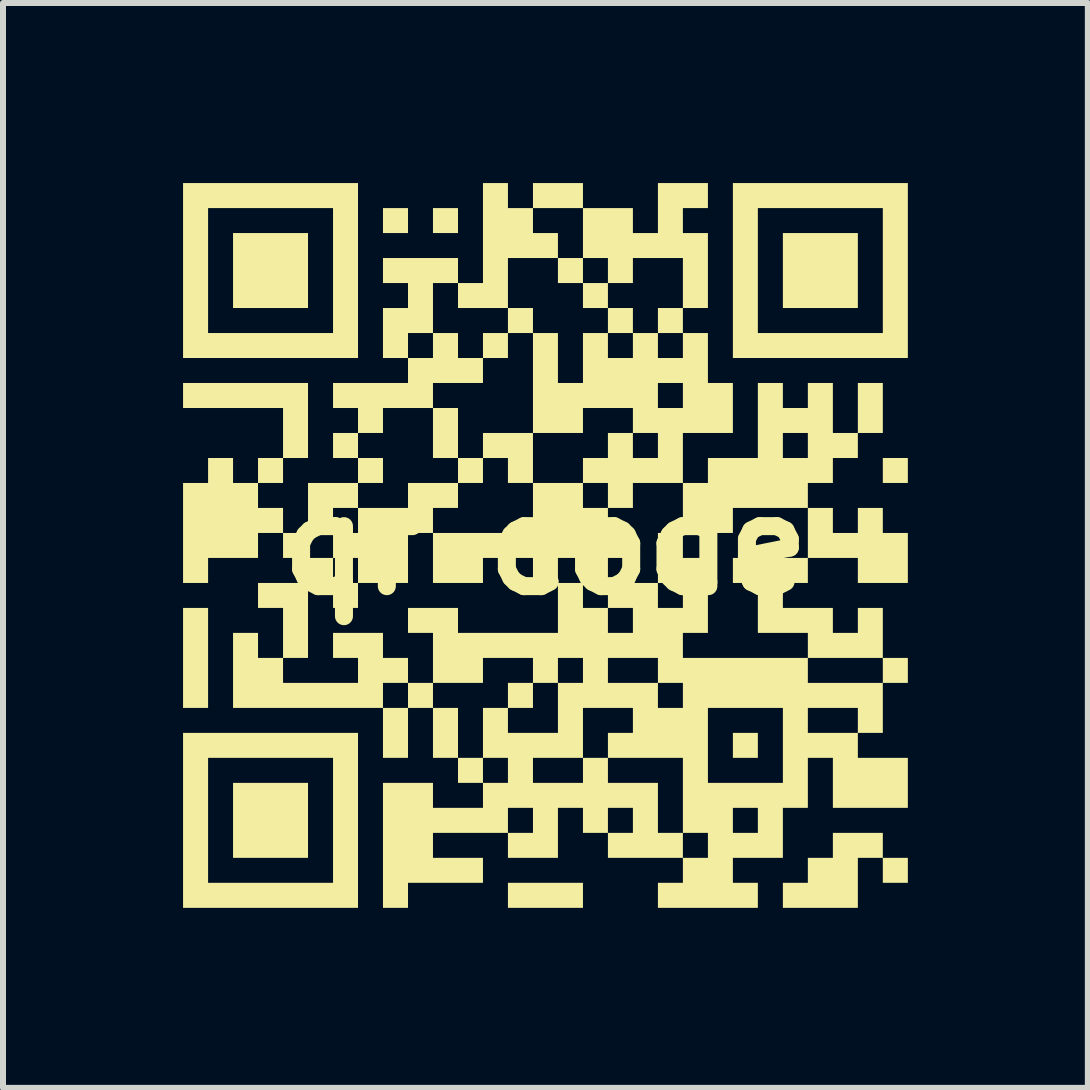
<source format=kicad_pcb>
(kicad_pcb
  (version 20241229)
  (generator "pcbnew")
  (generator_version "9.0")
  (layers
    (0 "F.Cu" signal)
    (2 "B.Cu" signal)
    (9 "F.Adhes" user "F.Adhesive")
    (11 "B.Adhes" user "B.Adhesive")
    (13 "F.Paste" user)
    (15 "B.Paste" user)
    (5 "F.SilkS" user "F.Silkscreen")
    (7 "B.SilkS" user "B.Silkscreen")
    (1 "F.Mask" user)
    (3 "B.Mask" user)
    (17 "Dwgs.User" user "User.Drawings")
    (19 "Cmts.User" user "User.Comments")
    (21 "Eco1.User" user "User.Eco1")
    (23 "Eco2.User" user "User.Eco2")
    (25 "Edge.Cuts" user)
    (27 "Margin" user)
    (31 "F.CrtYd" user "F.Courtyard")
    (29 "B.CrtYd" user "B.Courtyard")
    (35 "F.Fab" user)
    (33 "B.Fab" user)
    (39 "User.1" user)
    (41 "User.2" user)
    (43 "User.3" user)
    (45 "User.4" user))
  (footprint "qr code"
    (layer "F.Cu")
    (at 6.038 6.038)
    (property "Reference" "qr code" (at 0 0 0) (layer "F.SilkS") (effects (font (size 1.5 1.5) (thickness 0.3))))
    (attr board_only exclude_from_pos_files exclude_from_bom)
    (fp_poly (pts (xy -5.621 1.874) (xy -5.621 2.707) (xy -5.83 2.707) (xy -6.038 2.707) (xy -6.038 1.874) (xy -6.038 1.041) (xy -5.83 1.041) (xy -5.621 1.041)) (stroke (width 0) (type solid)) (fill yes) (layer "F.SilkS"))
    (fp_poly (pts (xy -3.956 -4.58) (xy -3.956 -3.956) (xy -4.58 -3.956) (xy -5.205 -3.956) (xy -5.205 -4.58) (xy -5.205 -5.205) (xy -4.58 -5.205) (xy -3.956 -5.205)) (stroke (width 0) (type solid)) (fill yes) (layer "F.SilkS"))
    (fp_poly (pts (xy -3.956 4.58) (xy -3.956 5.205) (xy -4.58 5.205) (xy -5.205 5.205) (xy -5.205 4.58) (xy -5.205 3.956) (xy -4.58 3.956) (xy -3.956 3.956)) (stroke (width 0) (type solid)) (fill yes) (layer "F.SilkS"))
    (fp_poly (pts (xy -2.29 -5.413) (xy -2.29 -5.205) (xy -2.498 -5.205) (xy -2.707 -5.205) (xy -2.707 -5.413) (xy -2.707 -5.621) (xy -2.498 -5.621) (xy -2.29 -5.621)) (stroke (width 0) (type solid)) (fill yes) (layer "F.SilkS"))
    (fp_poly (pts (xy -1.457 -5.413) (xy -1.457 -5.205) (xy -1.666 -5.205) (xy -1.874 -5.205) (xy -1.874 -5.413) (xy -1.874 -5.621) (xy -1.666 -5.621) (xy -1.457 -5.621)) (stroke (width 0) (type solid)) (fill yes) (layer "F.SilkS"))
    (fp_poly (pts (xy -0.208 2.498) (xy -0.208 2.707) (xy -0.416 2.707) (xy -0.625 2.707) (xy -0.625 2.498) (xy -0.625 2.29) (xy -0.416 2.29) (xy -0.208 2.29)) (stroke (width 0) (type solid)) (fill yes) (layer "F.SilkS"))
    (fp_poly (pts (xy 0.625 -4.58) (xy 0.625 -4.372) (xy 0.416 -4.372) (xy 0.208 -4.372) (xy 0.208 -4.58) (xy 0.208 -4.789) (xy 0.416 -4.789) (xy 0.625 -4.789)) (stroke (width 0) (type solid)) (fill yes) (layer "F.SilkS"))
    (fp_poly (pts (xy 0.625 5.83) (xy 0.625 6.038) (xy 0 6.038) (xy -0.625 6.038) (xy -0.625 5.83) (xy -0.625 5.621) (xy 0 5.621) (xy 0.625 5.621)) (stroke (width 0) (type solid)) (fill yes) (layer "F.SilkS"))
    (fp_poly (pts (xy 1.041 -4.164) (xy 1.041 -3.956) (xy 0.833 -3.956) (xy 0.625 -3.956) (xy 0.625 -4.164) (xy 0.625 -4.372) (xy 0.833 -4.372) (xy 1.041 -4.372)) (stroke (width 0) (type solid)) (fill yes) (layer "F.SilkS"))
    (fp_poly (pts (xy 1.457 -3.748) (xy 1.457 -3.539) (xy 1.249 -3.539) (xy 1.041 -3.539) (xy 1.041 -3.748) (xy 1.041 -3.956) (xy 1.249 -3.956) (xy 1.457 -3.956)) (stroke (width 0) (type solid)) (fill yes) (layer "F.SilkS"))
    (fp_poly (pts (xy 3.539 3.331) (xy 3.539 3.539) (xy 3.331 3.539) (xy 3.123 3.539) (xy 3.123 3.331) (xy 3.123 3.123) (xy 3.331 3.123) (xy 3.539 3.123)) (stroke (width 0) (type solid)) (fill yes) (layer "F.SilkS"))
    (fp_poly (pts (xy 5.205 -4.58) (xy 5.205 -3.956) (xy 4.58 -3.956) (xy 3.956 -3.956) (xy 3.956 -4.58) (xy 3.956 -5.205) (xy 4.58 -5.205) (xy 5.205 -5.205)) (stroke (width 0) (type solid)) (fill yes) (layer "F.SilkS"))
    (fp_poly (pts (xy 6.038 -1.249) (xy 6.038 -1.041) (xy 5.83 -1.041) (xy 5.621 -1.041) (xy 5.621 -1.249) (xy 5.621 -1.457) (xy 5.83 -1.457) (xy 6.038 -1.457)) (stroke (width 0) (type solid)) (fill yes) (layer "F.SilkS"))
    (fp_poly (pts (xy 6.038 5.413) (xy 6.038 5.621) (xy 5.83 5.621) (xy 5.621 5.621) (xy 5.621 5.413) (xy 5.621 5.205) (xy 5.83 5.205) (xy 6.038 5.205)) (stroke (width 0) (type solid)) (fill yes) (layer "F.SilkS"))
    (fp_poly (pts (xy -0.208 -3.748) (xy -0.208 -3.539) (xy -0.416 -3.539) (xy -0.625 -3.539) (xy -0.625 -3.331) (xy -0.625 -3.123) (xy -0.833 -3.123) (xy -1.041 -3.123) (xy -1.041 -3.331) (xy -1.041 -3.539) (xy -0.833 -3.539) (xy -0.625 -3.539) (xy -0.625 -3.748) (xy -0.625 -3.956) (xy -0.416 -3.956) (xy -0.208 -3.956)) (stroke (width 0) (type solid)) (fill yes) (layer "F.SilkS"))
    (fp_poly (pts (xy -3.123 -4.58) (xy -3.123 -3.123) (xy -4.58 -3.123) (xy -6.038 -3.123) (xy -6.038 -4.58) (xy -5.621 -4.58) (xy -5.621 -3.539) (xy -4.58 -3.539) (xy -3.539 -3.539) (xy -3.539 -4.58) (xy -3.539 -5.621) (xy -4.58 -5.621) (xy -5.621 -5.621) (xy -5.621 -4.58) (xy -6.038 -4.58) (xy -6.038 -6.038) (xy -4.58 -6.038) (xy -3.123 -6.038)) (stroke (width 0) (type solid)) (fill yes) (layer "F.SilkS"))
    (fp_poly (pts (xy -3.123 4.58) (xy -3.123 6.038) (xy -4.58 6.038) (xy -6.038 6.038) (xy -6.038 4.58) (xy -5.621 4.58) (xy -5.621 5.621) (xy -4.58 5.621) (xy -3.539 5.621) (xy -3.539 4.58) (xy -3.539 3.539) (xy -4.58 3.539) (xy -5.621 3.539) (xy -5.621 4.58) (xy -6.038 4.58) (xy -6.038 3.123) (xy -4.58 3.123) (xy -3.123 3.123)) (stroke (width 0) (type solid)) (fill yes) (layer "F.SilkS"))
    (fp_poly (pts (xy 6.038 -4.58) (xy 6.038 -3.123) (xy 4.58 -3.123) (xy 3.123 -3.123) (xy 3.123 -4.58) (xy 3.539 -4.58) (xy 3.539 -3.539) (xy 4.58 -3.539) (xy 5.621 -3.539) (xy 5.621 -4.58) (xy 5.621 -5.621) (xy 4.58 -5.621) (xy 3.539 -5.621) (xy 3.539 -4.58) (xy 3.123 -4.58) (xy 3.123 -6.038) (xy 4.58 -6.038) (xy 6.038 -6.038)) (stroke (width 0) (type solid)) (fill yes) (layer "F.SilkS"))
    (fp_poly (pts (xy 5.621 4.997) (xy 5.621 5.205) (xy 5.413 5.205) (xy 5.205 5.205) (xy 5.205 5.621) (xy 5.205 6.038) (xy 4.58 6.038) (xy 3.956 6.038) (xy 3.956 5.83) (xy 3.956 5.621) (xy 4.164 5.621) (xy 4.372 5.621) (xy 4.372 5.413) (xy 4.372 5.205) (xy 4.58 5.205) (xy 4.789 5.205) (xy 4.789 4.997) (xy 4.789 4.789) (xy 5.205 4.789) (xy 5.621 4.789)) (stroke (width 0) (type solid)) (fill yes) (layer "F.SilkS"))
    (fp_poly (pts (xy -3.539 0.416) (xy -3.539 0.625) (xy -3.748 0.625) (xy -3.956 0.625) (xy -3.956 1.249) (xy -3.956 1.874) (xy -4.164 1.874) (xy -4.372 1.874) (xy -4.372 2.082) (xy -4.372 2.29) (xy -3.748 2.29) (xy -3.123 2.29) (xy -3.123 2.082) (xy -3.123 1.874) (xy -3.331 1.874) (xy -3.539 1.874) (xy -3.539 1.666) (xy -3.539 1.457) (xy -3.123 1.457) (xy -2.707 1.457) (xy -2.707 1.666) (xy -2.707 1.874) (xy -2.498 1.874) (xy -2.29 1.874) (xy -2.29 2.082) (xy -2.29 2.29) (xy -2.498 2.29) (xy -2.707 2.29) (xy -2.707 2.498) (xy -2.707 2.707) (xy -2.498 2.707) (xy -2.29 2.707) (xy -2.29 2.498) (xy -2.29 2.29) (xy -2.082 2.29) (xy -1.874 2.29) (xy -1.874 2.498) (xy -1.874 2.707) (xy -2.082 2.707) (xy -2.29 2.707) (xy -2.29 3.123) (xy -2.29 3.539) (xy -2.498 3.539) (xy -2.707 3.539) (xy -2.707 3.123) (xy -2.707 2.707) (xy -3.956 2.707) (xy -5.205 2.707) (xy -5.205 2.082) (xy -5.205 1.457) (xy -4.997 1.457) (xy -4.789 1.457) (xy -4.789 1.666) (xy -4.789 1.874) (xy -4.58 1.874) (xy -4.372 1.874) (xy -4.372 1.457) (xy -4.372 1.041) (xy -4.58 1.041) (xy -4.789 1.041) (xy -4.789 0.833) (xy -4.789 0.625) (xy -4.372 0.625) (xy -3.956 0.625) (xy -3.956 0.416) (xy -3.956 0.208) (xy -3.748 0.208) (xy -3.539 0.208)) (stroke (width 0) (type solid)) (fill yes) (layer "F.SilkS"))
    (fp_poly (pts (xy -3.956 -2.082) (xy -3.956 -1.457) (xy -4.164 -1.457) (xy -4.372 -1.457) (xy -4.372 -1.249) (xy -4.372 -1.041) (xy -4.58 -1.041) (xy -4.789 -1.041) (xy -4.789 -0.833) (xy -4.789 -0.625) (xy -4.58 -0.625) (xy -4.372 -0.625) (xy -4.372 -0.416) (xy -4.372 -0.208) (xy -4.164 -0.208) (xy -3.956 -0.208) (xy -3.956 -0.625) (xy -3.956 -1.041) (xy -3.539 -1.041) (xy -3.123 -1.041) (xy -3.123 -1.249) (xy -3.123 -1.457) (xy -2.915 -1.457) (xy -2.707 -1.457) (xy -2.707 -1.249) (xy -2.707 -1.041) (xy -2.915 -1.041) (xy -3.123 -1.041) (xy -3.123 -0.833) (xy -3.123 -0.625) (xy -3.331 -0.625) (xy -3.539 -0.625) (xy -3.539 -0.416) (xy -3.539 -0.208) (xy -3.748 -0.208) (xy -3.956 -0.208) (xy -3.956 0) (xy -3.956 0.208) (xy -4.164 0.208) (xy -4.372 0.208) (xy -4.372 0) (xy -4.372 -0.208) (xy -4.58 -0.208) (xy -4.789 -0.208) (xy -4.789 0) (xy -4.789 0.208) (xy -5.205 0.208) (xy -5.621 0.208) (xy -5.621 0.416) (xy -5.621 0.625) (xy -5.83 0.625) (xy -6.038 0.625) (xy -6.038 -0.208) (xy -6.038 -1.041) (xy -5.83 -1.041) (xy -5.621 -1.041) (xy -5.621 -1.249) (xy -5.621 -1.457) (xy -5.413 -1.457) (xy -5.205 -1.457) (xy -5.205 -1.249) (xy -5.205 -1.041) (xy -4.997 -1.041) (xy -4.789 -1.041) (xy -4.789 -1.249) (xy -4.789 -1.457) (xy -4.58 -1.457) (xy -4.372 -1.457) (xy -4.372 -1.874) (xy -4.372 -2.29) (xy -5.205 -2.29) (xy -6.038 -2.29) (xy -6.038 -2.498) (xy -6.038 -2.707) (xy -4.997 -2.707) (xy -3.956 -2.707)) (stroke (width 0) (type solid)) (fill yes) (layer "F.SilkS"))
    (fp_poly (pts (xy -0.625 -5.83) (xy -0.625 -5.621) (xy -0.416 -5.621) (xy -0.208 -5.621) (xy -0.208 -5.83) (xy -0.208 -6.038) (xy 0.208 -6.038) (xy 0.625 -6.038) (xy 0.625 -5.83) (xy 0.625 -5.621) (xy 0.208 -5.621) (xy -0.208 -5.621) (xy -0.208 -5.413) (xy -0.208 -5.205) (xy 0 -5.205) (xy 0.208 -5.205) (xy 0.208 -4.997) (xy 0.208 -4.789) (xy -0.208 -4.789) (xy -0.625 -4.789) (xy -0.625 -4.372) (xy -0.625 -3.956) (xy -1.041 -3.956) (xy -1.457 -3.956) (xy -1.457 -4.164) (xy -1.457 -4.372) (xy -1.666 -4.372) (xy -1.874 -4.372) (xy -1.874 -3.956) (xy -1.874 -3.539) (xy -2.082 -3.539) (xy -2.29 -3.539) (xy -2.29 -3.331) (xy -2.29 -3.123) (xy -2.082 -3.123) (xy -1.874 -3.123) (xy -1.874 -3.331) (xy -1.874 -3.539) (xy -1.666 -3.539) (xy -1.457 -3.539) (xy -1.457 -3.331) (xy -1.457 -3.123) (xy -1.249 -3.123) (xy -1.041 -3.123) (xy -1.041 -2.915) (xy -1.041 -2.707) (xy -1.457 -2.707) (xy -1.874 -2.707) (xy -1.874 -2.498) (xy -1.874 -2.29) (xy -2.29 -2.29) (xy -2.707 -2.29) (xy -2.707 -2.082) (xy -2.707 -1.874) (xy -2.915 -1.874) (xy -3.123 -1.874) (xy -3.123 -1.666) (xy -3.123 -1.457) (xy -3.331 -1.457) (xy -3.539 -1.457) (xy -3.539 -1.666) (xy -3.539 -1.874) (xy -3.331 -1.874) (xy -3.123 -1.874) (xy -3.123 -2.082) (xy -3.123 -2.29) (xy -3.331 -2.29) (xy -3.539 -2.29) (xy -3.539 -2.498) (xy -3.539 -2.707) (xy -2.915 -2.707) (xy -2.29 -2.707) (xy -2.29 -2.915) (xy -2.29 -3.123) (xy -2.498 -3.123) (xy -2.707 -3.123) (xy -2.707 -3.539) (xy -2.707 -3.956) (xy -2.498 -3.956) (xy -2.29 -3.956) (xy -2.29 -4.164) (xy -2.29 -4.372) (xy -2.498 -4.372) (xy -2.707 -4.372) (xy -2.707 -4.58) (xy -2.707 -4.789) (xy -2.082 -4.789) (xy -1.457 -4.789) (xy -1.457 -4.58) (xy -1.457 -4.372) (xy -1.249 -4.372) (xy -1.041 -4.372) (xy -1.041 -5.205) (xy -1.041 -6.038) (xy -0.833 -6.038) (xy -0.625 -6.038)) (stroke (width 0) (type solid)) (fill yes) (layer "F.SilkS"))
    (fp_poly (pts (xy -1.457 -1.874) (xy -1.457 -1.457) (xy -1.249 -1.457) (xy -1.041 -1.457) (xy -1.041 -1.666) (xy -1.041 -1.874) (xy -0.625 -1.874) (xy -0.208 -1.874) (xy -0.208 -1.457) (xy -0.208 -1.041) (xy -0.416 -1.041) (xy -0.625 -1.041) (xy -0.625 -1.249) (xy -0.625 -1.457) (xy -0.833 -1.457) (xy -1.041 -1.457) (xy -1.041 -1.249) (xy -1.041 -1.041) (xy -1.249 -1.041) (xy -1.457 -1.041) (xy -1.457 -0.833) (xy -1.457 -0.625) (xy -1.666 -0.625) (xy -1.874 -0.625) (xy -1.874 -0.416) (xy -1.874 -0.208) (xy -1.041 -0.208) (xy -0.208 -0.208) (xy -0.208 -0.625) (xy -0.208 -1.041) (xy 0.208 -1.041) (xy 0.625 -1.041) (xy 0.625 -0.833) (xy 0.625 -0.625) (xy 0.833 -0.625) (xy 1.041 -0.625) (xy 1.041 -0.416) (xy 1.041 -0.208) (xy 1.249 -0.208) (xy 1.457 -0.208) (xy 1.457 0) (xy 1.457 0.208) (xy 1.249 0.208) (xy 1.041 0.208) (xy 1.041 0.416) (xy 1.041 0.625) (xy 0.833 0.625) (xy 0.625 0.625) (xy 0.625 0.416) (xy 0.625 0.208) (xy 0.416 0.208) (xy 0.208 0.208) (xy 0.208 0.416) (xy 0.208 0.625) (xy 0 0.625) (xy -0.208 0.625) (xy -0.208 0.416) (xy -0.208 0.208) (xy -0.625 0.208) (xy -1.041 0.208) (xy -1.041 0.416) (xy -1.041 0.625) (xy -1.457 0.625) (xy -1.874 0.625) (xy -1.874 0.208) (xy -1.874 -0.208) (xy -2.082 -0.208) (xy -2.29 -0.208) (xy -2.29 0.208) (xy -2.29 0.625) (xy -2.707 0.625) (xy -3.123 0.625) (xy -3.123 0.833) (xy -3.123 1.041) (xy -3.331 1.041) (xy -3.539 1.041) (xy -3.539 0.833) (xy -3.539 0.625) (xy -3.331 0.625) (xy -3.123 0.625) (xy -3.123 0.416) (xy -3.123 0.208) (xy -3.331 0.208) (xy -3.539 0.208) (xy -3.539 0) (xy -3.539 -0.208) (xy -3.331 -0.208) (xy -3.123 -0.208) (xy -3.123 -0.416) (xy -3.123 -0.625) (xy -2.707 -0.625) (xy -2.29 -0.625) (xy -2.29 -0.833) (xy -2.29 -1.041) (xy -1.874 -1.041) (xy -1.457 -1.041) (xy -1.457 -1.249) (xy -1.457 -1.457) (xy -1.666 -1.457) (xy -1.874 -1.457) (xy -1.874 -1.874) (xy -1.874 -2.29) (xy -1.666 -2.29) (xy -1.457 -2.29)) (stroke (width 0) (type solid)) (fill yes) (layer "F.SilkS"))
    (fp_poly (pts (xy 2.707 -5.83) (xy 2.707 -5.621) (xy 2.498 -5.621) (xy 2.29 -5.621) (xy 2.29 -5.413) (xy 2.29 -5.205) (xy 2.498 -5.205) (xy 2.707 -5.205) (xy 2.707 -4.58) (xy 2.707 -3.956) (xy 2.498 -3.956) (xy 2.29 -3.956) (xy 2.29 -3.748) (xy 2.29 -3.539) (xy 2.082 -3.539) (xy 1.874 -3.539) (xy 1.874 -3.331) (xy 1.874 -3.123) (xy 2.082 -3.123) (xy 2.29 -3.123) (xy 2.29 -3.331) (xy 2.29 -3.539) (xy 2.498 -3.539) (xy 2.707 -3.539) (xy 2.707 -3.123) (xy 2.707 -2.707) (xy 2.915 -2.707) (xy 3.123 -2.707) (xy 3.123 -2.29) (xy 3.123 -1.874) (xy 2.707 -1.874) (xy 2.29 -1.874) (xy 2.29 -1.457) (xy 2.29 -1.041) (xy 2.498 -1.041) (xy 2.707 -1.041) (xy 2.707 -1.249) (xy 2.707 -1.457) (xy 3.123 -1.457) (xy 3.539 -1.457) (xy 3.539 -1.666) (xy 3.956 -1.666) (xy 3.956 -1.457) (xy 4.164 -1.457) (xy 4.372 -1.457) (xy 4.372 -1.666) (xy 4.372 -1.874) (xy 4.164 -1.874) (xy 3.956 -1.874) (xy 3.956 -1.666) (xy 3.539 -1.666) (xy 3.539 -2.082) (xy 3.539 -2.707) (xy 3.748 -2.707) (xy 3.956 -2.707) (xy 3.956 -2.498) (xy 3.956 -2.29) (xy 4.164 -2.29) (xy 4.372 -2.29) (xy 4.372 -2.498) (xy 4.372 -2.707) (xy 4.58 -2.707) (xy 4.789 -2.707) (xy 4.789 -2.29) (xy 4.789 -1.874) (xy 4.997 -1.874) (xy 5.205 -1.874) (xy 5.205 -2.29) (xy 5.205 -2.707) (xy 5.413 -2.707) (xy 5.621 -2.707) (xy 5.621 -2.29) (xy 5.621 -1.874) (xy 5.413 -1.874) (xy 5.205 -1.874) (xy 5.205 -1.666) (xy 5.205 -1.457) (xy 4.997 -1.457) (xy 4.789 -1.457) (xy 4.789 -1.249) (xy 4.789 -1.041) (xy 4.58 -1.041) (xy 4.372 -1.041) (xy 4.372 -0.833) (xy 4.372 -0.625) (xy 3.748 -0.625) (xy 3.123 -0.625) (xy 3.123 -0.416) (xy 3.123 -0.208) (xy 2.707 -0.208) (xy 2.29 -0.208) (xy 2.29 -0.625) (xy 2.29 -1.041) (xy 1.874 -1.041) (xy 1.457 -1.041) (xy 1.457 -0.833) (xy 1.457 -0.625) (xy 1.249 -0.625) (xy 1.041 -0.625) (xy 1.041 -0.833) (xy 1.041 -1.041) (xy 0.833 -1.041) (xy 0.625 -1.041) (xy 0.625 -1.249) (xy 0.625 -1.457) (xy 0.833 -1.457) (xy 1.041 -1.457) (xy 1.041 -1.666) (xy 1.457 -1.666) (xy 1.457 -1.457) (xy 1.666 -1.457) (xy 1.874 -1.457) (xy 1.874 -1.666) (xy 1.874 -1.874) (xy 1.666 -1.874) (xy 1.457 -1.874) (xy 1.457 -1.666) (xy 1.041 -1.666) (xy 1.041 -1.874) (xy 1.249 -1.874) (xy 1.457 -1.874) (xy 1.457 -2.082) (xy 1.457 -2.29) (xy 1.041 -2.29) (xy 0.625 -2.29) (xy 0.625 -2.082) (xy 0.625 -1.874) (xy 0.208 -1.874) (xy -0.208 -1.874) (xy -0.208 -2.498) (xy 1.874 -2.498) (xy 1.874 -2.29) (xy 2.082 -2.29) (xy 2.29 -2.29) (xy 2.29 -2.498) (xy 2.29 -2.707) (xy 2.082 -2.707) (xy 1.874 -2.707) (xy 1.874 -2.498) (xy -0.208 -2.498) (xy -0.208 -2.707) (xy -0.208 -3.539) (xy 0 -3.539) (xy 0.208 -3.539) (xy 0.208 -3.123) (xy 0.208 -2.707) (xy 0.416 -2.707) (xy 0.625 -2.707) (xy 0.625 -3.123) (xy 0.625 -3.539) (xy 0.833 -3.539) (xy 1.041 -3.539) (xy 1.041 -3.331) (xy 1.041 -3.123) (xy 1.249 -3.123) (xy 1.457 -3.123) (xy 1.457 -3.331) (xy 1.457 -3.539) (xy 1.666 -3.539) (xy 1.874 -3.539) (xy 1.874 -3.748) (xy 1.874 -3.956) (xy 2.082 -3.956) (xy 2.29 -3.956) (xy 2.29 -4.372) (xy 2.29 -4.789) (xy 1.874 -4.789) (xy 1.457 -4.789) (xy 1.457 -4.58) (xy 1.457 -4.372) (xy 1.249 -4.372) (xy 1.041 -4.372) (xy 1.041 -4.58) (xy 1.041 -4.789) (xy 0.833 -4.789) (xy 0.625 -4.789) (xy 0.625 -5.205) (xy 0.625 -5.621) (xy 1.041 -5.621) (xy 1.457 -5.621) (xy 1.457 -5.413) (xy 1.457 -5.205) (xy 1.666 -5.205) (xy 1.874 -5.205) (xy 1.874 -5.621) (xy 1.874 -6.038) (xy 2.29 -6.038) (xy 2.707 -6.038)) (stroke (width 0) (type solid)) (fill yes) (layer "F.SilkS"))
    (fp_poly (pts (xy 4.789 -0.416) (xy 4.789 -0.208) (xy 4.997 -0.208) (xy 5.205 -0.208) (xy 5.205 -0.416) (xy 5.205 -0.625) (xy 5.413 -0.625) (xy 5.621 -0.625) (xy 5.621 -0.416) (xy 5.621 -0.208) (xy 5.83 -0.208) (xy 6.038 -0.208) (xy 6.038 0.208) (xy 6.038 0.625) (xy 5.621 0.625) (xy 5.205 0.625) (xy 5.205 0.416) (xy 5.205 0.208) (xy 4.789 0.208) (xy 4.372 0.208) (xy 4.372 0.416) (xy 4.372 0.625) (xy 4.164 0.625) (xy 3.956 0.625) (xy 3.956 0.833) (xy 3.956 1.041) (xy 4.372 1.041) (xy 4.789 1.041) (xy 4.789 1.249) (xy 4.789 1.457) (xy 4.997 1.457) (xy 5.205 1.457) (xy 5.205 1.249) (xy 5.205 1.041) (xy 5.413 1.041) (xy 5.621 1.041) (xy 5.621 1.457) (xy 5.621 1.874) (xy 4.997 1.874) (xy 4.372 1.874) (xy 4.372 2.082) (xy 4.372 2.29) (xy 4.997 2.29) (xy 5.621 2.29) (xy 5.621 2.082) (xy 5.621 1.874) (xy 5.83 1.874) (xy 6.038 1.874) (xy 6.038 2.082) (xy 6.038 2.29) (xy 5.83 2.29) (xy 5.621 2.29) (xy 5.621 2.707) (xy 5.621 3.123) (xy 5.413 3.123) (xy 5.205 3.123) (xy 5.205 3.331) (xy 5.205 3.539) (xy 5.621 3.539) (xy 6.038 3.539) (xy 6.038 3.956) (xy 6.038 4.372) (xy 5.413 4.372) (xy 4.789 4.372) (xy 4.789 3.956) (xy 4.789 3.539) (xy 4.58 3.539) (xy 4.372 3.539) (xy 4.372 3.956) (xy 4.372 4.372) (xy 4.164 4.372) (xy 3.956 4.372) (xy 3.956 4.789) (xy 3.956 5.205) (xy 3.539 5.205) (xy 3.123 5.205) (xy 3.123 5.413) (xy 3.123 5.621) (xy 3.331 5.621) (xy 3.539 5.621) (xy 3.539 5.83) (xy 3.539 6.038) (xy 2.707 6.038) (xy 1.874 6.038) (xy 1.874 5.83) (xy 1.874 5.621) (xy 2.082 5.621) (xy 2.29 5.621) (xy 2.29 5.413) (xy 2.29 5.205) (xy 1.666 5.205) (xy 1.041 5.205) (xy 1.041 4.997) (xy 2.29 4.997) (xy 2.29 5.205) (xy 2.498 5.205) (xy 2.707 5.205) (xy 2.707 4.997) (xy 2.707 4.789) (xy 2.498 4.789) (xy 2.29 4.789) (xy 2.29 4.997) (xy 1.041 4.997) (xy 1.041 4.789) (xy 0.833 4.789) (xy 0.625 4.789) (xy 0.625 4.58) (xy 1.041 4.58) (xy 1.041 4.789) (xy 1.249 4.789) (xy 1.457 4.789) (xy 1.457 4.58) (xy 1.457 4.372) (xy 1.249 4.372) (xy 1.041 4.372) (xy 1.041 4.58) (xy 0.625 4.58) (xy 0.625 4.372) (xy 0.416 4.372) (xy 0.208 4.372) (xy 0.208 4.789) (xy 0.208 5.205) (xy -0.208 5.205) (xy -0.625 5.205) (xy -0.625 4.997) (xy -0.625 4.789) (xy -1.249 4.789) (xy -1.874 4.789) (xy -1.874 4.997) (xy -1.874 5.205) (xy -1.457 5.205) (xy -1.041 5.205) (xy -1.041 5.413) (xy -1.041 5.621) (xy -1.666 5.621) (xy -2.29 5.621) (xy -2.29 5.83) (xy -2.29 6.038) (xy -2.498 6.038) (xy -2.707 6.038) (xy -2.707 4.997) (xy -2.707 4.58) (xy -0.625 4.58) (xy -0.625 4.789) (xy -0.416 4.789) (xy -0.208 4.789) (xy -0.208 4.58) (xy -0.208 4.372) (xy -0.416 4.372) (xy -0.625 4.372) (xy -0.625 4.58) (xy -2.707 4.58) (xy -2.707 3.956) (xy -2.29 3.956) (xy -1.874 3.956) (xy -1.874 4.164) (xy -1.874 4.372) (xy -1.457 4.372) (xy -1.041 4.372) (xy -1.041 4.164) (xy -1.041 3.956) (xy -1.249 3.956) (xy -1.457 3.956) (xy -1.457 3.748) (xy -1.041 3.748) (xy -1.041 3.956) (xy -0.833 3.956) (xy -0.625 3.956) (xy -0.625 3.748) (xy -0.625 3.539) (xy -0.208 3.539) (xy -0.208 3.748) (xy -0.208 3.956) (xy 0.208 3.956) (xy 0.625 3.956) (xy 0.625 3.748) (xy 1.041 3.748) (xy 1.041 3.956) (xy 1.457 3.956) (xy 1.874 3.956) (xy 1.874 4.372) (xy 1.874 4.789) (xy 2.082 4.789) (xy 2.29 4.789) (xy 2.29 4.58) (xy 3.123 4.58) (xy 3.123 4.789) (xy 3.331 4.789) (xy 3.539 4.789) (xy 3.539 4.58) (xy 3.539 4.372) (xy 3.331 4.372) (xy 3.123 4.372) (xy 3.123 4.58) (xy 2.29 4.58) (xy 2.29 4.164) (xy 2.29 3.539) (xy 1.666 3.539) (xy 1.041 3.539) (xy 1.041 3.748) (xy 0.625 3.748) (xy 0.625 3.539) (xy 0.833 3.539) (xy 1.041 3.539) (xy 1.041 3.331) (xy 2.707 3.331) (xy 2.707 3.956) (xy 3.331 3.956) (xy 3.956 3.956) (xy 3.956 3.331) (xy 3.956 2.915) (xy 4.372 2.915) (xy 4.372 3.123) (xy 4.789 3.123) (xy 5.205 3.123) (xy 5.205 2.915) (xy 5.205 2.707) (xy 4.789 2.707) (xy 4.372 2.707) (xy 4.372 2.915) (xy 3.956 2.915) (xy 3.956 2.707) (xy 3.331 2.707) (xy 2.707 2.707) (xy 2.707 3.331) (xy 1.041 3.331) (xy 1.041 3.123) (xy 1.249 3.123) (xy 1.457 3.123) (xy 1.457 2.915) (xy 1.457 2.707) (xy 1.041 2.707) (xy 0.625 2.707) (xy 0.625 3.123) (xy 0.625 3.539) (xy 0.208 3.539) (xy -0.208 3.539) (xy -0.625 3.539) (xy -0.833 3.539) (xy -1.041 3.539) (xy -1.041 3.748) (xy -1.457 3.748) (xy -1.457 3.539) (xy -1.666 3.539) (xy -1.874 3.539) (xy -1.874 3.123) (xy -1.874 2.707) (xy -1.666 2.707) (xy -1.457 2.707) (xy -1.457 3.123) (xy -1.457 3.539) (xy -1.249 3.539) (xy -1.041 3.539) (xy -1.041 3.123) (xy -1.041 2.707) (xy -0.833 2.707) (xy -0.625 2.707) (xy -0.625 2.915) (xy -0.625 3.123) (xy -0.208 3.123) (xy 0.208 3.123) (xy 0.208 2.707) (xy 0.208 2.498) (xy 1.874 2.498) (xy 1.874 2.707) (xy 2.082 2.707) (xy 2.29 2.707) (xy 2.29 2.498) (xy 2.29 2.29) (xy 2.082 2.29) (xy 1.874 2.29) (xy 1.874 2.498) (xy 0.208 2.498) (xy 0.208 2.29) (xy 0.416 2.29) (xy 0.625 2.29) (xy 0.625 2.082) (xy 1.041 2.082) (xy 1.041 2.29) (xy 1.457 2.29) (xy 1.874 2.29) (xy 1.874 2.082) (xy 1.874 1.874) (xy 1.457 1.874) (xy 1.041 1.874) (xy 1.041 2.082) (xy 0.625 2.082) (xy 0.625 1.874) (xy 0.416 1.874) (xy 0.208 1.874) (xy 0.208 2.082) (xy 0.208 2.29) (xy 0 2.29) (xy -0.208 2.29) (xy -0.208 2.082) (xy -0.208 1.874) (xy -0.625 1.874) (xy -1.041 1.874) (xy -1.041 2.082) (xy -1.041 2.29) (xy -1.457 2.29) (xy -1.874 2.29) (xy -1.874 1.874) (xy -1.874 1.457) (xy -2.082 1.457) (xy -2.29 1.457) (xy -2.29 1.249) (xy -2.29 1.041) (xy -1.874 1.041) (xy -1.457 1.041) (xy -1.457 1.249) (xy -1.457 1.457) (xy -0.625 1.457) (xy 0.208 1.457) (xy 0.208 1.249) (xy 1.041 1.249) (xy 1.041 1.457) (xy 1.249 1.457) (xy 1.457 1.457) (xy 1.457 1.249) (xy 1.457 1.041) (xy 1.249 1.041) (xy 1.041 1.041) (xy 1.041 1.249) (xy 0.208 1.249) (xy 0.208 1.041) (xy 0.208 0.625) (xy 0.416 0.625) (xy 0.625 0.625) (xy 0.625 0.833) (xy 0.625 1.041) (xy 0.833 1.041) (xy 1.041 1.041) (xy 1.041 0.833) (xy 1.874 0.833) (xy 1.874 1.041) (xy 2.082 1.041) (xy 2.29 1.041) (xy 2.29 0.833) (xy 2.29 0.625) (xy 2.082 0.625) (xy 1.874 0.625) (xy 1.874 0.833) (xy 1.041 0.833) (xy 1.041 0.625) (xy 1.457 0.625) (xy 1.874 0.625) (xy 1.874 0.208) (xy 1.874 -0.208) (xy 2.082 -0.208) (xy 2.29 -0.208) (xy 2.29 0) (xy 2.29 0.208) (xy 2.498 0.208) (xy 2.707 0.208) (xy 2.707 0.833) (xy 2.707 1.457) (xy 2.498 1.457) (xy 2.29 1.457) (xy 2.29 1.666) (xy 2.29 1.874) (xy 3.331 1.874) (xy 4.372 1.874) (xy 4.372 1.666) (xy 4.372 1.457) (xy 3.956 1.457) (xy 3.539 1.457) (xy 3.539 1.041) (xy 3.539 0.625) (xy 3.331 0.625) (xy 3.123 0.625) (xy 3.123 0.416) (xy 3.123 0.208) (xy 3.748 0.208) (xy 4.372 0.208) (xy 4.372 -0.208) (xy 4.372 -0.625) (xy 4.58 -0.625) (xy 4.789 -0.625)) (stroke (width 0) (type solid)) (fill yes) (layer "F.SilkS")))
  (gr_rect
    (start -3 -3)
    (end 15.075 15.075)
    (stroke (width 0.1) (type default))
    (fill no)
    (layer "Edge.Cuts")))
</source>
